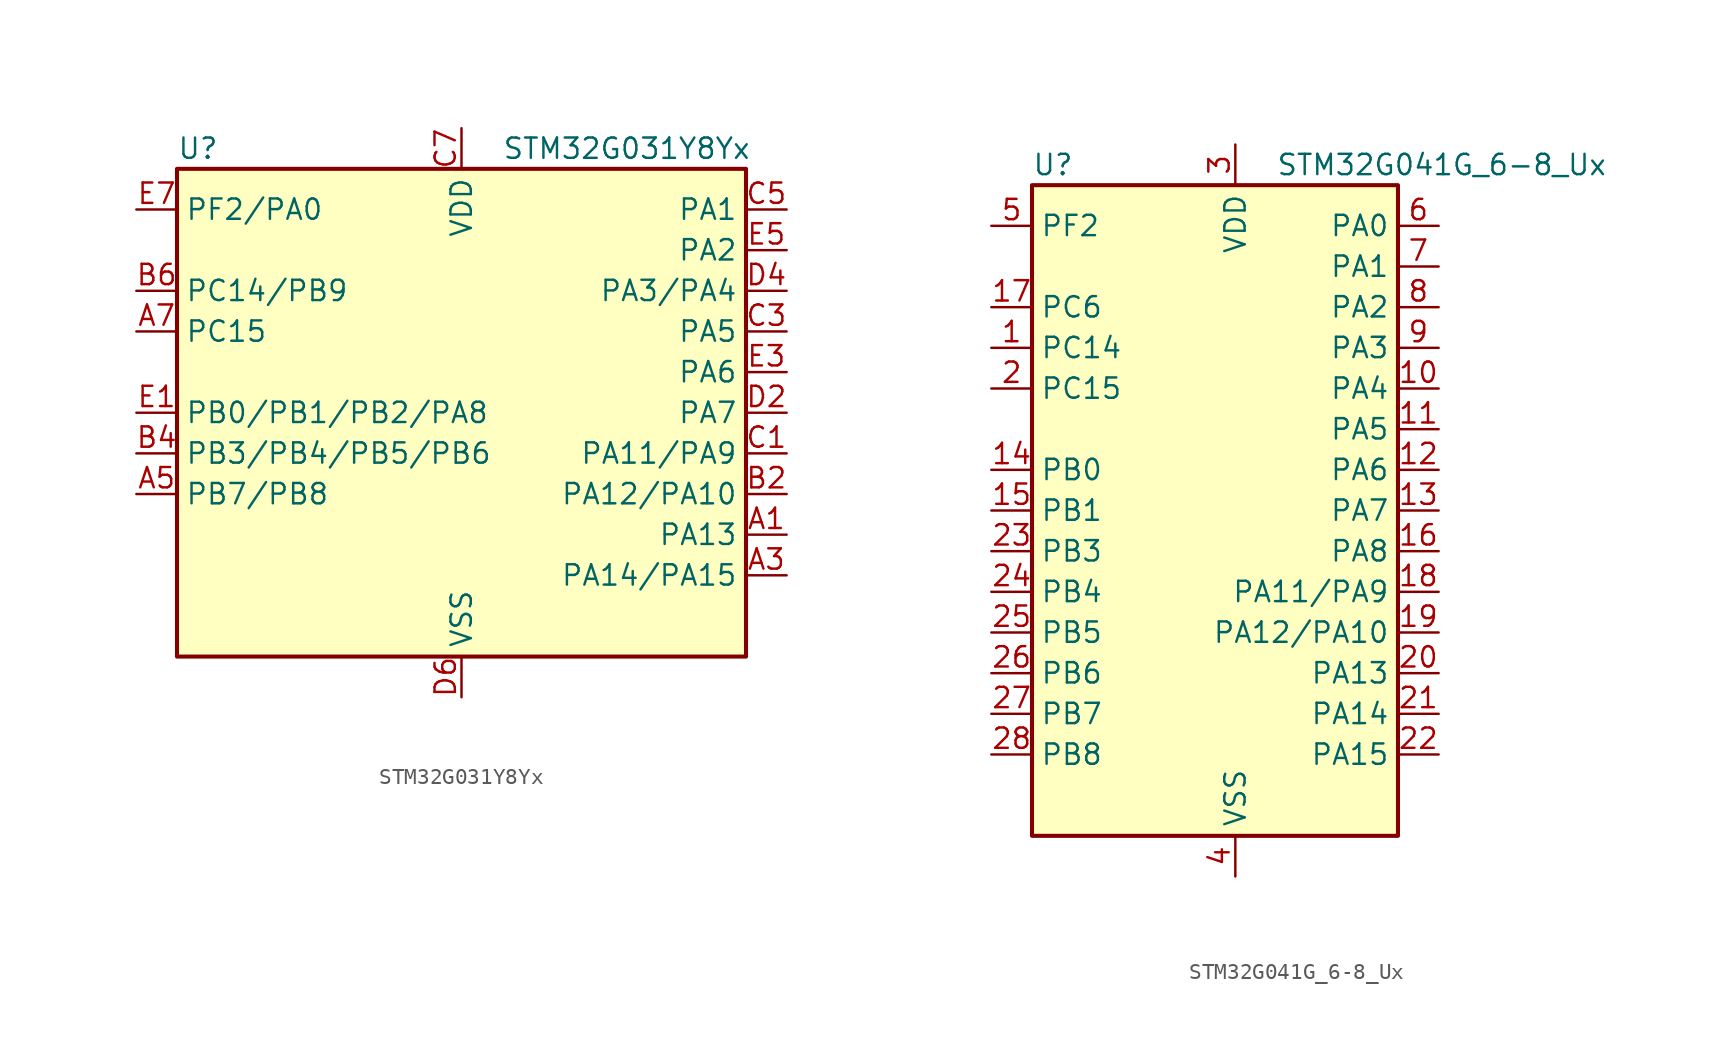
<source format=kicad_sym>
(kicad_symbol_lib
  (version 20211014)
  (generator kicad-library-utils)
  (symbol "STM32G031Y8Yx"
    (property "Reference" "U"
      (at -17.78 16.51 0)
      (effects (font (size 1.27 1.27)) (justify left)))
    (property "Value" "STM32G031Y8Yx"
      (at 2.54 16.51 0)
      (effects (font (size 1.27 1.27)) (justify left)))
    (property "ki_fp_filters" "*"
      (at 0.0 0.0 0.0)
      (effects (font (size 1.27 1.27))))
    (symbol "STM32G031Y8Yx_0_1"
      (rectangle (start -17.78 -15.24) (end 17.78 15.24) (stroke (width 0.254)) (fill (type background))))
    (symbol "STM32G031Y8Yx_1_1"
      (pin bidirectional line (at -20.32 12.7 0) (length 2.54) (name "PF2/PA0" (effects (font (size 1.27 1.27)))) (number "E7" (effects (font (size 1.27 1.27)))) (alternate "RCC_MCO" bidirectional line))
      (pin bidirectional line (at -20.32 7.62 0) (length 2.54) (name "PC14/PB9" (effects (font (size 1.27 1.27)))) (number "B6" (effects (font (size 1.27 1.27)))) (alternate "RCC_OSC32_IN" bidirectional line) (alternate "RCC_OSC_IN" bidirectional line) (alternate "TIM1_BK2" bidirectional line))
      (pin bidirectional line (at -20.32 5.08 0) (length 2.54) (name "PC15" (effects (font (size 1.27 1.27)))) (number "A7" (effects (font (size 1.27 1.27)))) (alternate "RCC_OSC32_EN" bidirectional line) (alternate "RCC_OSC32_OUT" bidirectional line) (alternate "RCC_OSC_EN" bidirectional line))
      (pin bidirectional line (at -20.32 0.0 0) (length 2.54) (name "PB0/PB1/PB2/PA8" (effects (font (size 1.27 1.27)))) (number "E1" (effects (font (size 1.27 1.27)))) (alternate "ADC1_IN8" bidirectional line) (alternate "I2S1_WS" bidirectional line) (alternate "LPTIM1_OUT" bidirectional line) (alternate "SPI1_NSS" bidirectional line) (alternate "TIM1_CH2N" bidirectional line) (alternate "TIM3_CH3" bidirectional line))
      (pin bidirectional line (at -20.32 -2.54 0) (length 2.54) (name "PB3/PB4/PB5/PB6" (effects (font (size 1.27 1.27)))) (number "B4" (effects (font (size 1.27 1.27)))) (alternate "I2S1_CK" bidirectional line) (alternate "SPI1_SCK" bidirectional line) (alternate "TIM1_CH2" bidirectional line) (alternate "TIM2_CH2" bidirectional line) (alternate "USART1_CK" bidirectional line) (alternate "USART1_DE" bidirectional line) (alternate "USART1_RTS" bidirectional line))
      (pin bidirectional line (at -20.32 -5.08 0) (length 2.54) (name "PB7/PB8" (effects (font (size 1.27 1.27)))) (number "A5" (effects (font (size 1.27 1.27)))) (alternate "ADC1_IN11" bidirectional line) (alternate "I2C1_SDA" bidirectional line) (alternate "LPTIM1_IN2" bidirectional line) (alternate "SPI2_MOSI" bidirectional line) (alternate "SYS_PVD_IN" bidirectional line) (alternate "TIM17_CH1N" bidirectional line) (alternate "USART1_RX" bidirectional line))
      (pin bidirectional line (at 20.32 12.7 180) (length 2.54) (name "PA1" (effects (font (size 1.27 1.27)))) (number "C5" (effects (font (size 1.27 1.27)))) (alternate "ADC1_IN1" bidirectional line) (alternate "I2C1_SMBA" bidirectional line) (alternate "I2S1_CK" bidirectional line) (alternate "SPI1_SCK" bidirectional line) (alternate "TIM2_CH2" bidirectional line) (alternate "USART2_CK" bidirectional line) (alternate "USART2_DE" bidirectional line) (alternate "USART2_RTS" bidirectional line))
      (pin bidirectional line (at 20.32 10.16 180) (length 2.54) (name "PA2" (effects (font (size 1.27 1.27)))) (number "E5" (effects (font (size 1.27 1.27)))) (alternate "ADC1_IN2" bidirectional line) (alternate "I2S1_SD" bidirectional line) (alternate "LPUART1_TX" bidirectional line) (alternate "RCC_LSCO" bidirectional line) (alternate "SPI1_MOSI" bidirectional line) (alternate "SYS_WKUP4" bidirectional line) (alternate "TIM2_CH3" bidirectional line) (alternate "USART2_TX" bidirectional line))
      (pin bidirectional line (at 20.32 7.62 180) (length 2.54) (name "PA3/PA4" (effects (font (size 1.27 1.27)))) (number "D4" (effects (font (size 1.27 1.27)))) (alternate "ADC1_IN3" bidirectional line) (alternate "LPUART1_RX" bidirectional line) (alternate "SPI2_MISO" bidirectional line) (alternate "TIM2_CH4" bidirectional line) (alternate "USART2_RX" bidirectional line))
      (pin bidirectional line (at 20.32 5.08 180) (length 2.54) (name "PA5" (effects (font (size 1.27 1.27)))) (number "C3" (effects (font (size 1.27 1.27)))) (alternate "ADC1_IN5" bidirectional line) (alternate "I2S1_CK" bidirectional line) (alternate "LPTIM2_ETR" bidirectional line) (alternate "SPI1_SCK" bidirectional line) (alternate "TIM2_CH1" bidirectional line) (alternate "TIM2_ETR" bidirectional line))
      (pin bidirectional line (at 20.32 2.54 180) (length 2.54) (name "PA6" (effects (font (size 1.27 1.27)))) (number "E3" (effects (font (size 1.27 1.27)))) (alternate "ADC1_IN6" bidirectional line) (alternate "I2S1_MCK" bidirectional line) (alternate "LPUART1_CTS" bidirectional line) (alternate "SPI1_MISO" bidirectional line) (alternate "TIM16_CH1" bidirectional line) (alternate "TIM1_BK" bidirectional line) (alternate "TIM3_CH1" bidirectional line))
      (pin bidirectional line (at 20.32 0.0 180) (length 2.54) (name "PA7" (effects (font (size 1.27 1.27)))) (number "D2" (effects (font (size 1.27 1.27)))) (alternate "ADC1_IN7" bidirectional line) (alternate "I2S1_SD" bidirectional line) (alternate "SPI1_MOSI" bidirectional line) (alternate "TIM14_CH1" bidirectional line) (alternate "TIM17_CH1" bidirectional line) (alternate "TIM1_CH1N" bidirectional line) (alternate "TIM3_CH2" bidirectional line))
      (pin bidirectional line (at 20.32 -2.54 180) (length 2.54) (name "PA11/PA9" (effects (font (size 1.27 1.27)))) (number "C1" (effects (font (size 1.27 1.27)))) (alternate "ADC1_EXTI11" bidirectional line) (alternate "ADC1_IN15" bidirectional line) (alternate "I2C2_SCL" bidirectional line) (alternate "I2S1_MCK" bidirectional line) (alternate "SPI1_MISO" bidirectional line) (alternate "TIM1_BK2" bidirectional line) (alternate "TIM1_CH4" bidirectional line) (alternate "USART1_CTS" bidirectional line) (alternate "USART1_NSS" bidirectional line))
      (pin bidirectional line (at 20.32 -5.08 180) (length 2.54) (name "PA12/PA10" (effects (font (size 1.27 1.27)))) (number "B2" (effects (font (size 1.27 1.27)))) (alternate "ADC1_IN16" bidirectional line) (alternate "I2C2_SDA" bidirectional line) (alternate "I2S1_SD" bidirectional line) (alternate "I2S_CKIN" bidirectional line) (alternate "SPI1_MOSI" bidirectional line) (alternate "TIM1_ETR" bidirectional line) (alternate "USART1_CK" bidirectional line) (alternate "USART1_DE" bidirectional line) (alternate "USART1_RTS" bidirectional line))
      (pin bidirectional line (at 20.32 -7.62 180) (length 2.54) (name "PA13" (effects (font (size 1.27 1.27)))) (number "A1" (effects (font (size 1.27 1.27)))) (alternate "ADC1_IN17" bidirectional line) (alternate "IR_OUT" bidirectional line) (alternate "SYS_SWDIO" bidirectional line))
      (pin bidirectional line (at 20.32 -10.16 180) (length 2.54) (name "PA14/PA15" (effects (font (size 1.27 1.27)))) (number "A3" (effects (font (size 1.27 1.27)))) (alternate "ADC1_IN18" bidirectional line) (alternate "SYS_SWCLK" bidirectional line) (alternate "USART2_TX" bidirectional line))
      (pin power_in line (at 0.0 17.78 270) (length 2.54) (name "VDD" (effects (font (size 1.27 1.27)))) (number "C7" (effects (font (size 1.27 1.27)))))
      (pin power_in line (at 0.0 -17.78 90) (length 2.54) (name "VSS" (effects (font (size 1.27 1.27)))) (number "D6" (effects (font (size 1.27 1.27)))))))
  (symbol "STM32G041G_6-8_Ux"
    (property "Reference" "U"
      (at -10.16 21.59 0)
      (effects (font (size 1.27 1.27)) (justify left)))
    (property "Value" "STM32G041G_6-8_Ux"
      (at 5.08 21.59 0)
      (effects (font (size 1.27 1.27)) (justify left)))
    (property "ki_fp_filters" "QFN*4x4mm*P0.5mm*"
      (at 0.0 0.0 0.0)
      (effects (font (size 1.27 1.27))))
    (symbol "STM32G041G_6-8_Ux_0_1"
      (rectangle (start -10.16 -20.32) (end 12.7 20.32) (stroke (width 0.254)) (fill (type background))))
    (symbol "STM32G041G_6-8_Ux_1_1"
      (pin bidirectional line (at -12.7 17.78 0) (length 2.54) (name "PF2" (effects (font (size 1.27 1.27)))) (number "5" (effects (font (size 1.27 1.27)))) (alternate "RCC_MCO" bidirectional line))
      (pin bidirectional line (at -12.7 12.7 0) (length 2.54) (name "PC6" (effects (font (size 1.27 1.27)))) (number "17" (effects (font (size 1.27 1.27)))) (alternate "TIM2_CH3" bidirectional line) (alternate "TIM3_CH1" bidirectional line))
      (pin bidirectional line (at -12.7 10.16 0) (length 2.54) (name "PC14" (effects (font (size 1.27 1.27)))) (number "1" (effects (font (size 1.27 1.27)))) (alternate "RCC_OSC32_IN" bidirectional line) (alternate "RCC_OSC_IN" bidirectional line) (alternate "TIM1_BK2" bidirectional line))
      (pin bidirectional line (at -12.7 7.62 0) (length 2.54) (name "PC15" (effects (font (size 1.27 1.27)))) (number "2" (effects (font (size 1.27 1.27)))) (alternate "RCC_OSC32_EN" bidirectional line) (alternate "RCC_OSC32_OUT" bidirectional line) (alternate "RCC_OSC_EN" bidirectional line))
      (pin bidirectional line (at -12.7 2.54 0) (length 2.54) (name "PB0" (effects (font (size 1.27 1.27)))) (number "14" (effects (font (size 1.27 1.27)))) (alternate "ADC1_IN8" bidirectional line) (alternate "I2S1_WS" bidirectional line) (alternate "LPTIM1_OUT" bidirectional line) (alternate "SPI1_NSS" bidirectional line) (alternate "TIM1_CH2N" bidirectional line) (alternate "TIM3_CH3" bidirectional line))
      (pin bidirectional line (at -12.7 0.0 0) (length 2.54) (name "PB1" (effects (font (size 1.27 1.27)))) (number "15" (effects (font (size 1.27 1.27)))) (alternate "ADC1_IN9" bidirectional line) (alternate "LPTIM2_IN1" bidirectional line) (alternate "LPUART1_DE" bidirectional line) (alternate "LPUART1_RTS" bidirectional line) (alternate "TIM14_CH1" bidirectional line) (alternate "TIM1_CH3N" bidirectional line) (alternate "TIM3_CH4" bidirectional line))
      (pin bidirectional line (at -12.7 -2.54 0) (length 2.54) (name "PB3" (effects (font (size 1.27 1.27)))) (number "23" (effects (font (size 1.27 1.27)))) (alternate "I2S1_CK" bidirectional line) (alternate "SPI1_SCK" bidirectional line) (alternate "TIM1_CH2" bidirectional line) (alternate "TIM2_CH2" bidirectional line) (alternate "USART1_CK" bidirectional line) (alternate "USART1_DE" bidirectional line) (alternate "USART1_RTS" bidirectional line))
      (pin bidirectional line (at -12.7 -5.08 0) (length 2.54) (name "PB4" (effects (font (size 1.27 1.27)))) (number "24" (effects (font (size 1.27 1.27)))) (alternate "I2S1_MCK" bidirectional line) (alternate "SPI1_MISO" bidirectional line) (alternate "TIM17_BK" bidirectional line) (alternate "TIM3_CH1" bidirectional line) (alternate "USART1_CTS" bidirectional line) (alternate "USART1_NSS" bidirectional line))
      (pin bidirectional line (at -12.7 -7.62 0) (length 2.54) (name "PB5" (effects (font (size 1.27 1.27)))) (number "25" (effects (font (size 1.27 1.27)))) (alternate "I2C1_SMBA" bidirectional line) (alternate "I2S1_SD" bidirectional line) (alternate "LPTIM1_IN1" bidirectional line) (alternate "SPI1_MOSI" bidirectional line) (alternate "SYS_WKUP6" bidirectional line) (alternate "TIM16_BK" bidirectional line) (alternate "TIM3_CH2" bidirectional line))
      (pin bidirectional line (at -12.7 -10.16 0) (length 2.54) (name "PB6" (effects (font (size 1.27 1.27)))) (number "26" (effects (font (size 1.27 1.27)))) (alternate "I2C1_SCL" bidirectional line) (alternate "LPTIM1_ETR" bidirectional line) (alternate "SPI2_MISO" bidirectional line) (alternate "TIM16_CH1N" bidirectional line) (alternate "TIM1_CH3" bidirectional line) (alternate "USART1_TX" bidirectional line))
      (pin bidirectional line (at -12.7 -12.7 0) (length 2.54) (name "PB7" (effects (font (size 1.27 1.27)))) (number "27" (effects (font (size 1.27 1.27)))) (alternate "ADC1_IN11" bidirectional line) (alternate "I2C1_SDA" bidirectional line) (alternate "LPTIM1_IN2" bidirectional line) (alternate "SPI2_MOSI" bidirectional line) (alternate "SYS_PVD_IN" bidirectional line) (alternate "TIM17_CH1N" bidirectional line) (alternate "USART1_RX" bidirectional line))
      (pin bidirectional line (at -12.7 -15.24 0) (length 2.54) (name "PB8" (effects (font (size 1.27 1.27)))) (number "28" (effects (font (size 1.27 1.27)))) (alternate "I2C1_SCL" bidirectional line) (alternate "SPI2_SCK" bidirectional line) (alternate "TIM16_CH1" bidirectional line))
      (pin bidirectional line (at 15.24 17.78 180) (length 2.54) (name "PA0" (effects (font (size 1.27 1.27)))) (number "6" (effects (font (size 1.27 1.27)))) (alternate "ADC1_IN0" bidirectional line) (alternate "LPTIM1_OUT" bidirectional line) (alternate "RTC_TAMP_IN2" bidirectional line) (alternate "SPI2_SCK" bidirectional line) (alternate "SYS_WKUP1" bidirectional line) (alternate "TIM2_CH1" bidirectional line) (alternate "TIM2_ETR" bidirectional line) (alternate "USART2_CTS" bidirectional line) (alternate "USART2_NSS" bidirectional line))
      (pin bidirectional line (at 15.24 15.24 180) (length 2.54) (name "PA1" (effects (font (size 1.27 1.27)))) (number "7" (effects (font (size 1.27 1.27)))) (alternate "ADC1_IN1" bidirectional line) (alternate "I2C1_SMBA" bidirectional line) (alternate "I2S1_CK" bidirectional line) (alternate "SPI1_SCK" bidirectional line) (alternate "TIM2_CH2" bidirectional line) (alternate "USART2_CK" bidirectional line) (alternate "USART2_DE" bidirectional line) (alternate "USART2_RTS" bidirectional line))
      (pin bidirectional line (at 15.24 12.7 180) (length 2.54) (name "PA2" (effects (font (size 1.27 1.27)))) (number "8" (effects (font (size 1.27 1.27)))) (alternate "ADC1_IN2" bidirectional line) (alternate "I2S1_SD" bidirectional line) (alternate "LPUART1_TX" bidirectional line) (alternate "RCC_LSCO" bidirectional line) (alternate "SPI1_MOSI" bidirectional line) (alternate "SYS_WKUP4" bidirectional line) (alternate "TIM2_CH3" bidirectional line) (alternate "USART2_TX" bidirectional line))
      (pin bidirectional line (at 15.24 10.16 180) (length 2.54) (name "PA3" (effects (font (size 1.27 1.27)))) (number "9" (effects (font (size 1.27 1.27)))) (alternate "ADC1_IN3" bidirectional line) (alternate "LPUART1_RX" bidirectional line) (alternate "SPI2_MISO" bidirectional line) (alternate "TIM2_CH4" bidirectional line) (alternate "USART2_RX" bidirectional line))
      (pin bidirectional line (at 15.24 7.62 180) (length 2.54) (name "PA4" (effects (font (size 1.27 1.27)))) (number "10" (effects (font (size 1.27 1.27)))) (alternate "ADC1_IN4" bidirectional line) (alternate "I2S1_WS" bidirectional line) (alternate "LPTIM2_OUT" bidirectional line) (alternate "RTC_OUT_ALARM" bidirectional line) (alternate "RTC_OUT_CALIB" bidirectional line) (alternate "RTC_TAMP_IN1" bidirectional line) (alternate "RTC_TS" bidirectional line) (alternate "SPI1_NSS" bidirectional line) (alternate "SPI2_MOSI" bidirectional line) (alternate "SYS_WKUP2" bidirectional line) (alternate "TIM14_CH1" bidirectional line))
      (pin bidirectional line (at 15.24 5.08 180) (length 2.54) (name "PA5" (effects (font (size 1.27 1.27)))) (number "11" (effects (font (size 1.27 1.27)))) (alternate "ADC1_IN5" bidirectional line) (alternate "I2S1_CK" bidirectional line) (alternate "LPTIM2_ETR" bidirectional line) (alternate "SPI1_SCK" bidirectional line) (alternate "TIM2_CH1" bidirectional line) (alternate "TIM2_ETR" bidirectional line))
      (pin bidirectional line (at 15.24 2.54 180) (length 2.54) (name "PA6" (effects (font (size 1.27 1.27)))) (number "12" (effects (font (size 1.27 1.27)))) (alternate "ADC1_IN6" bidirectional line) (alternate "I2S1_MCK" bidirectional line) (alternate "LPUART1_CTS" bidirectional line) (alternate "SPI1_MISO" bidirectional line) (alternate "TIM16_CH1" bidirectional line) (alternate "TIM1_BK" bidirectional line) (alternate "TIM3_CH1" bidirectional line))
      (pin bidirectional line (at 15.24 0.0 180) (length 2.54) (name "PA7" (effects (font (size 1.27 1.27)))) (number "13" (effects (font (size 1.27 1.27)))) (alternate "ADC1_IN7" bidirectional line) (alternate "I2S1_SD" bidirectional line) (alternate "SPI1_MOSI" bidirectional line) (alternate "TIM14_CH1" bidirectional line) (alternate "TIM17_CH1" bidirectional line) (alternate "TIM1_CH1N" bidirectional line) (alternate "TIM3_CH2" bidirectional line))
      (pin bidirectional line (at 15.24 -2.54 180) (length 2.54) (name "PA8" (effects (font (size 1.27 1.27)))) (number "16" (effects (font (size 1.27 1.27)))) (alternate "LPTIM2_OUT" bidirectional line) (alternate "RCC_MCO" bidirectional line) (alternate "SPI2_NSS" bidirectional line) (alternate "TIM1_CH1" bidirectional line))
      (pin bidirectional line (at 15.24 -5.08 180) (length 2.54) (name "PA11/PA9" (effects (font (size 1.27 1.27)))) (number "18" (effects (font (size 1.27 1.27)))) (alternate "ADC1_EXTI11" bidirectional line) (alternate "ADC1_IN15" bidirectional line) (alternate "I2C2_SCL" bidirectional line) (alternate "I2S1_MCK" bidirectional line) (alternate "SPI1_MISO" bidirectional line) (alternate "TIM1_BK2" bidirectional line) (alternate "TIM1_CH4" bidirectional line) (alternate "USART1_CTS" bidirectional line) (alternate "USART1_NSS" bidirectional line))
      (pin bidirectional line (at 15.24 -7.62 180) (length 2.54) (name "PA12/PA10" (effects (font (size 1.27 1.27)))) (number "19" (effects (font (size 1.27 1.27)))) (alternate "ADC1_IN16" bidirectional line) (alternate "I2C2_SDA" bidirectional line) (alternate "I2S1_SD" bidirectional line) (alternate "I2S_CKIN" bidirectional line) (alternate "SPI1_MOSI" bidirectional line) (alternate "TIM1_ETR" bidirectional line) (alternate "USART1_CK" bidirectional line) (alternate "USART1_DE" bidirectional line) (alternate "USART1_RTS" bidirectional line))
      (pin bidirectional line (at 15.24 -10.16 180) (length 2.54) (name "PA13" (effects (font (size 1.27 1.27)))) (number "20" (effects (font (size 1.27 1.27)))) (alternate "ADC1_IN17" bidirectional line) (alternate "IR_OUT" bidirectional line) (alternate "SYS_SWDIO" bidirectional line))
      (pin bidirectional line (at 15.24 -12.7 180) (length 2.54) (name "PA14" (effects (font (size 1.27 1.27)))) (number "21" (effects (font (size 1.27 1.27)))) (alternate "ADC1_IN18" bidirectional line) (alternate "SYS_SWCLK" bidirectional line) (alternate "USART2_TX" bidirectional line))
      (pin bidirectional line (at 15.24 -15.24 180) (length 2.54) (name "PA15" (effects (font (size 1.27 1.27)))) (number "22" (effects (font (size 1.27 1.27)))) (alternate "I2S1_WS" bidirectional line) (alternate "SPI1_NSS" bidirectional line) (alternate "TIM2_CH1" bidirectional line) (alternate "TIM2_ETR" bidirectional line) (alternate "USART2_RX" bidirectional line))
      (pin power_in line (at 2.54 22.86 270) (length 2.54) (name "VDD" (effects (font (size 1.27 1.27)))) (number "3" (effects (font (size 1.27 1.27)))))
      (pin power_in line (at 2.54 -22.86 90) (length 2.54) (name "VSS" (effects (font (size 1.27 1.27)))) (number "4" (effects (font (size 1.27 1.27))))))))
</source>
